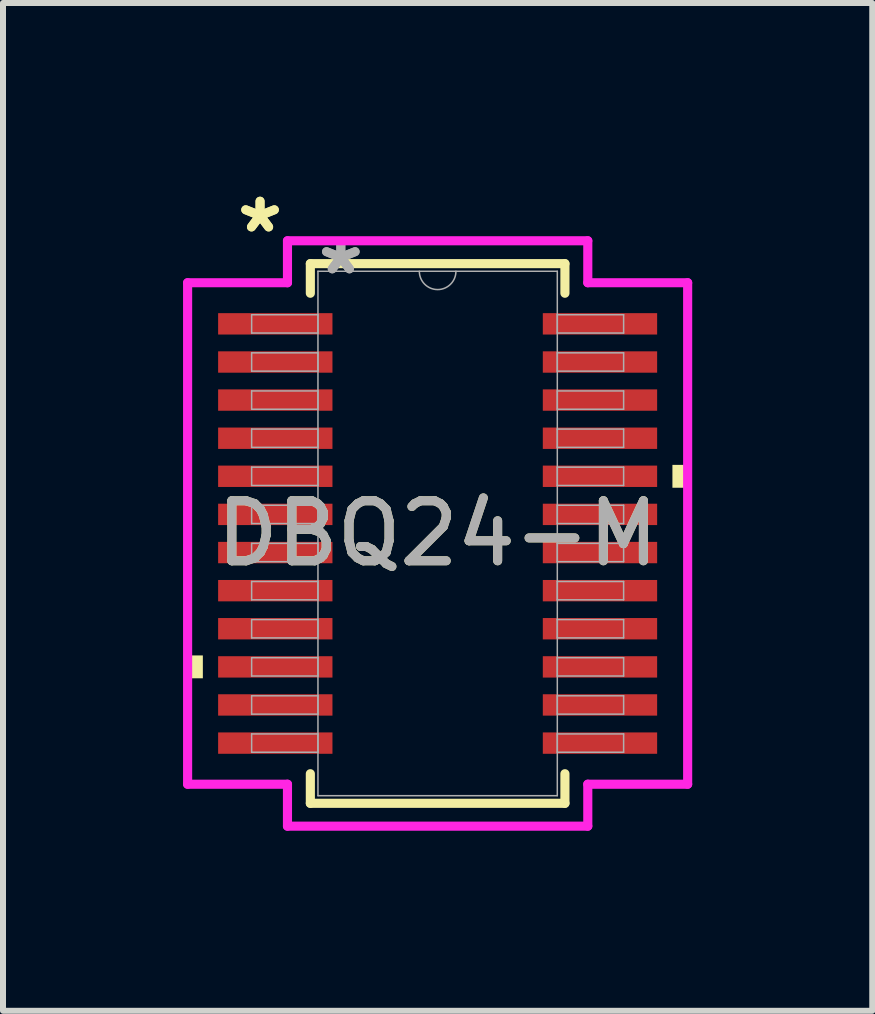
<source format=kicad_pcb>
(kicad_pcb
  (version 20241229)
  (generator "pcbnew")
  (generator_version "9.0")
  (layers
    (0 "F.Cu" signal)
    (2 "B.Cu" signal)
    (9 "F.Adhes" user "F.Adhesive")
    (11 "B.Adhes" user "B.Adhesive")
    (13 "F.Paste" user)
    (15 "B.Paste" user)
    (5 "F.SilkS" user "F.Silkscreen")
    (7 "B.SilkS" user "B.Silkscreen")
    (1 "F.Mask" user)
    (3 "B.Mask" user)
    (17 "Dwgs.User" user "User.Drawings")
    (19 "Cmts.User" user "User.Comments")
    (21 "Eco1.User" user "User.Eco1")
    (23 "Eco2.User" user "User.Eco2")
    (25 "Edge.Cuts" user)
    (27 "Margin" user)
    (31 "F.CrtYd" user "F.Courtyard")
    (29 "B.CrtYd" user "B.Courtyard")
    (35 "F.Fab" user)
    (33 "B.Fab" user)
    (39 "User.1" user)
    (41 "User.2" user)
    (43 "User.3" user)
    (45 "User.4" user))
  (footprint "DBQ24-M"
    (layer "F.Cu")
    (at 4.242 5.839)
    (property "Reference" "DBQ24-M" (at 0 0 0) (unlocked yes) (layer "F.SilkS") (effects (font (size 1 1) (thickness 0.15))))
    (attr smd)
    (fp_line (start -2.121 -4.496) (end -2.121 -4.003) (stroke (width 0.152) (type solid)) (layer "F.SilkS"))
    (fp_line (start -2.121 4.003) (end -2.121 4.496) (stroke (width 0.152) (type solid)) (layer "F.SilkS"))
    (fp_line (start -2.121 4.496) (end 2.121 4.496) (stroke (width 0.152) (type solid)) (layer "F.SilkS"))
    (fp_line (start 2.121 -4.496) (end -2.121 -4.496) (stroke (width 0.152) (type solid)) (layer "F.SilkS"))
    (fp_line (start 2.121 -4.003) (end 2.121 -4.496) (stroke (width 0.152) (type solid)) (layer "F.SilkS"))
    (fp_line (start 2.121 4.496) (end 2.121 4.003) (stroke (width 0.152) (type solid)) (layer "F.SilkS"))
    (fp_poly (pts (xy -4.166 2.032) (xy -4.166 2.413) (xy -3.912 2.413) (xy -3.912 2.032)) (stroke (width 0) (type solid)) (fill yes) (layer "F.SilkS"))
    (fp_poly (pts (xy 4.166 -1.143) (xy 4.166 -0.762) (xy 3.912 -0.762) (xy 3.912 -1.143)) (stroke (width 0) (type solid)) (fill yes) (layer "F.SilkS"))
    (fp_line (start -4.166 -4.178) (end -2.502 -4.178) (stroke (width 0.152) (type solid)) (layer "F.CrtYd"))
    (fp_line (start -4.166 4.178) (end -4.166 -4.178) (stroke (width 0.152) (type solid)) (layer "F.CrtYd"))
    (fp_line (start -4.166 4.178) (end -2.502 4.178) (stroke (width 0.152) (type solid)) (layer "F.CrtYd"))
    (fp_line (start -2.502 -4.877) (end 2.502 -4.877) (stroke (width 0.152) (type solid)) (layer "F.CrtYd"))
    (fp_line (start -2.502 -4.178) (end -2.502 -4.877) (stroke (width 0.152) (type solid)) (layer "F.CrtYd"))
    (fp_line (start -2.502 4.877) (end -2.502 4.178) (stroke (width 0.152) (type solid)) (layer "F.CrtYd"))
    (fp_line (start 2.502 -4.877) (end 2.502 -4.178) (stroke (width 0.152) (type solid)) (layer "F.CrtYd"))
    (fp_line (start 2.502 4.178) (end 2.502 4.877) (stroke (width 0.152) (type solid)) (layer "F.CrtYd"))
    (fp_line (start 2.502 4.877) (end -2.502 4.877) (stroke (width 0.152) (type solid)) (layer "F.CrtYd"))
    (fp_line (start 4.166 -4.178) (end 2.502 -4.178) (stroke (width 0.152) (type solid)) (layer "F.CrtYd"))
    (fp_line (start 4.166 -4.178) (end 4.166 4.178) (stroke (width 0.152) (type solid)) (layer "F.CrtYd"))
    (fp_line (start 4.166 4.178) (end 2.502 4.178) (stroke (width 0.152) (type solid)) (layer "F.CrtYd"))
    (fp_line (start -3.099 -3.645) (end -3.099 -3.34) (stroke (width 0.025) (type solid)) (layer "F.Fab"))
    (fp_line (start -3.099 -3.34) (end -1.994 -3.34) (stroke (width 0.025) (type solid)) (layer "F.Fab"))
    (fp_line (start -3.099 -3.01) (end -3.099 -2.705) (stroke (width 0.025) (type solid)) (layer "F.Fab"))
    (fp_line (start -3.099 -2.705) (end -1.994 -2.705) (stroke (width 0.025) (type solid)) (layer "F.Fab"))
    (fp_line (start -3.099 -2.375) (end -3.099 -2.07) (stroke (width 0.025) (type solid)) (layer "F.Fab"))
    (fp_line (start -3.099 -2.07) (end -1.994 -2.07) (stroke (width 0.025) (type solid)) (layer "F.Fab"))
    (fp_line (start -3.099 -1.74) (end -3.099 -1.435) (stroke (width 0.025) (type solid)) (layer "F.Fab"))
    (fp_line (start -3.099 -1.435) (end -1.994 -1.435) (stroke (width 0.025) (type solid)) (layer "F.Fab"))
    (fp_line (start -3.099 -1.105) (end -3.099 -0.8) (stroke (width 0.025) (type solid)) (layer "F.Fab"))
    (fp_line (start -3.099 -0.8) (end -1.994 -0.8) (stroke (width 0.025) (type solid)) (layer "F.Fab"))
    (fp_line (start -3.099 -0.47) (end -3.099 -0.165) (stroke (width 0.025) (type solid)) (layer "F.Fab"))
    (fp_line (start -3.099 -0.165) (end -1.994 -0.165) (stroke (width 0.025) (type solid)) (layer "F.Fab"))
    (fp_line (start -3.099 0.165) (end -3.099 0.47) (stroke (width 0.025) (type solid)) (layer "F.Fab"))
    (fp_line (start -3.099 0.47) (end -1.994 0.47) (stroke (width 0.025) (type solid)) (layer "F.Fab"))
    (fp_line (start -3.099 0.8) (end -3.099 1.105) (stroke (width 0.025) (type solid)) (layer "F.Fab"))
    (fp_line (start -3.099 1.105) (end -1.994 1.105) (stroke (width 0.025) (type solid)) (layer "F.Fab"))
    (fp_line (start -3.099 1.435) (end -3.099 1.74) (stroke (width 0.025) (type solid)) (layer "F.Fab"))
    (fp_line (start -3.099 1.74) (end -1.994 1.74) (stroke (width 0.025) (type solid)) (layer "F.Fab"))
    (fp_line (start -3.099 2.07) (end -3.099 2.375) (stroke (width 0.025) (type solid)) (layer "F.Fab"))
    (fp_line (start -3.099 2.375) (end -1.994 2.375) (stroke (width 0.025) (type solid)) (layer "F.Fab"))
    (fp_line (start -3.099 2.705) (end -3.099 3.01) (stroke (width 0.025) (type solid)) (layer "F.Fab"))
    (fp_line (start -3.099 3.01) (end -1.994 3.01) (stroke (width 0.025) (type solid)) (layer "F.Fab"))
    (fp_line (start -3.099 3.34) (end -3.099 3.645) (stroke (width 0.025) (type solid)) (layer "F.Fab"))
    (fp_line (start -3.099 3.645) (end -1.994 3.645) (stroke (width 0.025) (type solid)) (layer "F.Fab"))
    (fp_line (start -1.994 -4.369) (end -1.994 4.369) (stroke (width 0.025) (type solid)) (layer "F.Fab"))
    (fp_line (start -1.994 -3.645) (end -3.099 -3.645) (stroke (width 0.025) (type solid)) (layer "F.Fab"))
    (fp_line (start -1.994 -3.34) (end -1.994 -3.645) (stroke (width 0.025) (type solid)) (layer "F.Fab"))
    (fp_line (start -1.994 -3.01) (end -3.099 -3.01) (stroke (width 0.025) (type solid)) (layer "F.Fab"))
    (fp_line (start -1.994 -2.705) (end -1.994 -3.01) (stroke (width 0.025) (type solid)) (layer "F.Fab"))
    (fp_line (start -1.994 -2.375) (end -3.099 -2.375) (stroke (width 0.025) (type solid)) (layer "F.Fab"))
    (fp_line (start -1.994 -2.07) (end -1.994 -2.375) (stroke (width 0.025) (type solid)) (layer "F.Fab"))
    (fp_line (start -1.994 -1.74) (end -3.099 -1.74) (stroke (width 0.025) (type solid)) (layer "F.Fab"))
    (fp_line (start -1.994 -1.435) (end -1.994 -1.74) (stroke (width 0.025) (type solid)) (layer "F.Fab"))
    (fp_line (start -1.994 -1.105) (end -3.099 -1.105) (stroke (width 0.025) (type solid)) (layer "F.Fab"))
    (fp_line (start -1.994 -0.8) (end -1.994 -1.105) (stroke (width 0.025) (type solid)) (layer "F.Fab"))
    (fp_line (start -1.994 -0.47) (end -3.099 -0.47) (stroke (width 0.025) (type solid)) (layer "F.Fab"))
    (fp_line (start -1.994 -0.165) (end -1.994 -0.47) (stroke (width 0.025) (type solid)) (layer "F.Fab"))
    (fp_line (start -1.994 0.165) (end -3.099 0.165) (stroke (width 0.025) (type solid)) (layer "F.Fab"))
    (fp_line (start -1.994 0.47) (end -1.994 0.165) (stroke (width 0.025) (type solid)) (layer "F.Fab"))
    (fp_line (start -1.994 0.8) (end -3.099 0.8) (stroke (width 0.025) (type solid)) (layer "F.Fab"))
    (fp_line (start -1.994 1.105) (end -1.994 0.8) (stroke (width 0.025) (type solid)) (layer "F.Fab"))
    (fp_line (start -1.994 1.435) (end -3.099 1.435) (stroke (width 0.025) (type solid)) (layer "F.Fab"))
    (fp_line (start -1.994 1.74) (end -1.994 1.435) (stroke (width 0.025) (type solid)) (layer "F.Fab"))
    (fp_line (start -1.994 2.07) (end -3.099 2.07) (stroke (width 0.025) (type solid)) (layer "F.Fab"))
    (fp_line (start -1.994 2.375) (end -1.994 2.07) (stroke (width 0.025) (type solid)) (layer "F.Fab"))
    (fp_line (start -1.994 2.705) (end -3.099 2.705) (stroke (width 0.025) (type solid)) (layer "F.Fab"))
    (fp_line (start -1.994 3.01) (end -1.994 2.705) (stroke (width 0.025) (type solid)) (layer "F.Fab"))
    (fp_line (start -1.994 3.34) (end -3.099 3.34) (stroke (width 0.025) (type solid)) (layer "F.Fab"))
    (fp_line (start -1.994 3.645) (end -1.994 3.34) (stroke (width 0.025) (type solid)) (layer "F.Fab"))
    (fp_line (start -1.994 4.369) (end 1.994 4.369) (stroke (width 0.025) (type solid)) (layer "F.Fab"))
    (fp_line (start 1.994 -4.369) (end -1.994 -4.369) (stroke (width 0.025) (type solid)) (layer "F.Fab"))
    (fp_line (start 1.994 -3.645) (end 1.994 -3.34) (stroke (width 0.025) (type solid)) (layer "F.Fab"))
    (fp_line (start 1.994 -3.34) (end 3.099 -3.34) (stroke (width 0.025) (type solid)) (layer "F.Fab"))
    (fp_line (start 1.994 -3.01) (end 1.994 -2.705) (stroke (width 0.025) (type solid)) (layer "F.Fab"))
    (fp_line (start 1.994 -2.705) (end 3.099 -2.705) (stroke (width 0.025) (type solid)) (layer "F.Fab"))
    (fp_line (start 1.994 -2.375) (end 1.994 -2.07) (stroke (width 0.025) (type solid)) (layer "F.Fab"))
    (fp_line (start 1.994 -2.07) (end 3.099 -2.07) (stroke (width 0.025) (type solid)) (layer "F.Fab"))
    (fp_line (start 1.994 -1.74) (end 1.994 -1.435) (stroke (width 0.025) (type solid)) (layer "F.Fab"))
    (fp_line (start 1.994 -1.435) (end 3.099 -1.435) (stroke (width 0.025) (type solid)) (layer "F.Fab"))
    (fp_line (start 1.994 -1.105) (end 1.994 -0.8) (stroke (width 0.025) (type solid)) (layer "F.Fab"))
    (fp_line (start 1.994 -0.8) (end 3.099 -0.8) (stroke (width 0.025) (type solid)) (layer "F.Fab"))
    (fp_line (start 1.994 -0.47) (end 1.994 -0.165) (stroke (width 0.025) (type solid)) (layer "F.Fab"))
    (fp_line (start 1.994 -0.165) (end 3.099 -0.165) (stroke (width 0.025) (type solid)) (layer "F.Fab"))
    (fp_line (start 1.994 0.165) (end 1.994 0.47) (stroke (width 0.025) (type solid)) (layer "F.Fab"))
    (fp_line (start 1.994 0.47) (end 3.099 0.47) (stroke (width 0.025) (type solid)) (layer "F.Fab"))
    (fp_line (start 1.994 0.8) (end 1.994 1.105) (stroke (width 0.025) (type solid)) (layer "F.Fab"))
    (fp_line (start 1.994 1.105) (end 3.099 1.105) (stroke (width 0.025) (type solid)) (layer "F.Fab"))
    (fp_line (start 1.994 1.435) (end 1.994 1.74) (stroke (width 0.025) (type solid)) (layer "F.Fab"))
    (fp_line (start 1.994 1.74) (end 3.099 1.74) (stroke (width 0.025) (type solid)) (layer "F.Fab"))
    (fp_line (start 1.994 2.07) (end 1.994 2.375) (stroke (width 0.025) (type solid)) (layer "F.Fab"))
    (fp_line (start 1.994 2.375) (end 3.099 2.375) (stroke (width 0.025) (type solid)) (layer "F.Fab"))
    (fp_line (start 1.994 2.705) (end 1.994 3.01) (stroke (width 0.025) (type solid)) (layer "F.Fab"))
    (fp_line (start 1.994 3.01) (end 3.099 3.01) (stroke (width 0.025) (type solid)) (layer "F.Fab"))
    (fp_line (start 1.994 3.34) (end 1.994 3.645) (stroke (width 0.025) (type solid)) (layer "F.Fab"))
    (fp_line (start 1.994 3.645) (end 3.099 3.645) (stroke (width 0.025) (type solid)) (layer "F.Fab"))
    (fp_line (start 1.994 4.369) (end 1.994 -4.369) (stroke (width 0.025) (type solid)) (layer "F.Fab"))
    (fp_line (start 3.099 -3.645) (end 1.994 -3.645) (stroke (width 0.025) (type solid)) (layer "F.Fab"))
    (fp_line (start 3.099 -3.34) (end 3.099 -3.645) (stroke (width 0.025) (type solid)) (layer "F.Fab"))
    (fp_line (start 3.099 -3.01) (end 1.994 -3.01) (stroke (width 0.025) (type solid)) (layer "F.Fab"))
    (fp_line (start 3.099 -2.705) (end 3.099 -3.01) (stroke (width 0.025) (type solid)) (layer "F.Fab"))
    (fp_line (start 3.099 -2.375) (end 1.994 -2.375) (stroke (width 0.025) (type solid)) (layer "F.Fab"))
    (fp_line (start 3.099 -2.07) (end 3.099 -2.375) (stroke (width 0.025) (type solid)) (layer "F.Fab"))
    (fp_line (start 3.099 -1.74) (end 1.994 -1.74) (stroke (width 0.025) (type solid)) (layer "F.Fab"))
    (fp_line (start 3.099 -1.435) (end 3.099 -1.74) (stroke (width 0.025) (type solid)) (layer "F.Fab"))
    (fp_line (start 3.099 -1.105) (end 1.994 -1.105) (stroke (width 0.025) (type solid)) (layer "F.Fab"))
    (fp_line (start 3.099 -0.8) (end 3.099 -1.105) (stroke (width 0.025) (type solid)) (layer "F.Fab"))
    (fp_line (start 3.099 -0.47) (end 1.994 -0.47) (stroke (width 0.025) (type solid)) (layer "F.Fab"))
    (fp_line (start 3.099 -0.165) (end 3.099 -0.47) (stroke (width 0.025) (type solid)) (layer "F.Fab"))
    (fp_line (start 3.099 0.165) (end 1.994 0.165) (stroke (width 0.025) (type solid)) (layer "F.Fab"))
    (fp_line (start 3.099 0.47) (end 3.099 0.165) (stroke (width 0.025) (type solid)) (layer "F.Fab"))
    (fp_line (start 3.099 0.8) (end 1.994 0.8) (stroke (width 0.025) (type solid)) (layer "F.Fab"))
    (fp_line (start 3.099 1.105) (end 3.099 0.8) (stroke (width 0.025) (type solid)) (layer "F.Fab"))
    (fp_line (start 3.099 1.435) (end 1.994 1.435) (stroke (width 0.025) (type solid)) (layer "F.Fab"))
    (fp_line (start 3.099 1.74) (end 3.099 1.435) (stroke (width 0.025) (type solid)) (layer "F.Fab"))
    (fp_line (start 3.099 2.07) (end 1.994 2.07) (stroke (width 0.025) (type solid)) (layer "F.Fab"))
    (fp_line (start 3.099 2.375) (end 3.099 2.07) (stroke (width 0.025) (type solid)) (layer "F.Fab"))
    (fp_line (start 3.099 2.705) (end 1.994 2.705) (stroke (width 0.025) (type solid)) (layer "F.Fab"))
    (fp_line (start 3.099 3.01) (end 3.099 2.705) (stroke (width 0.025) (type solid)) (layer "F.Fab"))
    (fp_line (start 3.099 3.34) (end 1.994 3.34) (stroke (width 0.025) (type solid)) (layer "F.Fab"))
    (fp_line (start 3.099 3.645) (end 3.099 3.34) (stroke (width 0.025) (type solid)) (layer "F.Fab"))
    (fp_arc (start 0.3048 -4.3688) (mid 0 -4.064) (end -0.3048 -4.3688) (stroke (width 0.0254) (type solid)) (layer "F.Fab"))
    (fp_text user "*" (at -2.959 -4.991 0) (layer "F.SilkS") (effects (font (size 1 1) (thickness 0.15))))
    (fp_text user "*" (at -2.959 -4.991 0) (unlocked yes) (layer "F.SilkS") (effects (font (size 1 1) (thickness 0.15))))
    (fp_text user "*" (at -1.613 -4.293 0) (unlocked yes) (layer "F.Fab") (effects (font (size 1 1) (thickness 0.15))))
    (fp_text user "${REFERENCE}" (at 0 0 0) (unlocked yes) (layer "F.Fab") (effects (font (size 1 1) (thickness 0.15))))
    (fp_text user "*" (at -1.613 -4.293 0) (layer "F.Fab") (effects (font (size 1 1) (thickness 0.15))))
    (pad "1" smd rect (at -2.705 -3.493) (size 1.905 0.356) (layers "F.Cu" "F.Mask" "F.Paste"))
    (pad "2" smd rect (at -2.705 -2.857) (size 1.905 0.356) (layers "F.Cu" "F.Mask" "F.Paste"))
    (pad "3" smd rect (at -2.705 -2.223) (size 1.905 0.356) (layers "F.Cu" "F.Mask" "F.Paste"))
    (pad "4" smd rect (at -2.705 -1.587) (size 1.905 0.356) (layers "F.Cu" "F.Mask" "F.Paste"))
    (pad "5" smd rect (at -2.705 -0.953) (size 1.905 0.356) (layers "F.Cu" "F.Mask" "F.Paste"))
    (pad "6" smd rect (at -2.705 -0.318) (size 1.905 0.356) (layers "F.Cu" "F.Mask" "F.Paste"))
    (pad "7" smd rect (at -2.705 0.318) (size 1.905 0.356) (layers "F.Cu" "F.Mask" "F.Paste"))
    (pad "8" smd rect (at -2.705 0.953) (size 1.905 0.356) (layers "F.Cu" "F.Mask" "F.Paste"))
    (pad "9" smd rect (at -2.705 1.587) (size 1.905 0.356) (layers "F.Cu" "F.Mask" "F.Paste"))
    (pad "10" smd rect (at -2.705 2.223) (size 1.905 0.356) (layers "F.Cu" "F.Mask" "F.Paste"))
    (pad "11" smd rect (at -2.705 2.857) (size 1.905 0.356) (layers "F.Cu" "F.Mask" "F.Paste"))
    (pad "12" smd rect (at -2.705 3.493) (size 1.905 0.356) (layers "F.Cu" "F.Mask" "F.Paste"))
    (pad "13" smd rect (at 2.705 3.493) (size 1.905 0.356) (layers "F.Cu" "F.Mask" "F.Paste"))
    (pad "14" smd rect (at 2.705 2.857) (size 1.905 0.356) (layers "F.Cu" "F.Mask" "F.Paste"))
    (pad "15" smd rect (at 2.705 2.223) (size 1.905 0.356) (layers "F.Cu" "F.Mask" "F.Paste"))
    (pad "16" smd rect (at 2.705 1.587) (size 1.905 0.356) (layers "F.Cu" "F.Mask" "F.Paste"))
    (pad "17" smd rect (at 2.705 0.953) (size 1.905 0.356) (layers "F.Cu" "F.Mask" "F.Paste"))
    (pad "18" smd rect (at 2.705 0.318) (size 1.905 0.356) (layers "F.Cu" "F.Mask" "F.Paste"))
    (pad "19" smd rect (at 2.705 -0.318) (size 1.905 0.356) (layers "F.Cu" "F.Mask" "F.Paste"))
    (pad "20" smd rect (at 2.705 -0.953) (size 1.905 0.356) (layers "F.Cu" "F.Mask" "F.Paste"))
    (pad "21" smd rect (at 2.705 -1.587) (size 1.905 0.356) (layers "F.Cu" "F.Mask" "F.Paste"))
    (pad "22" smd rect (at 2.705 -2.223) (size 1.905 0.356) (layers "F.Cu" "F.Mask" "F.Paste"))
    (pad "23" smd rect (at 2.705 -2.857) (size 1.905 0.356) (layers "F.Cu" "F.Mask" "F.Paste"))
    (pad "24" smd rect (at 2.705 -3.493) (size 1.905 0.356) (layers "F.Cu" "F.Mask" "F.Paste")))
  (gr_rect
    (start -3 -3)
    (end 11.484 13.792)
    (stroke (width 0.1) (type default))
    (fill no)
    (layer "Edge.Cuts")))
</source>
